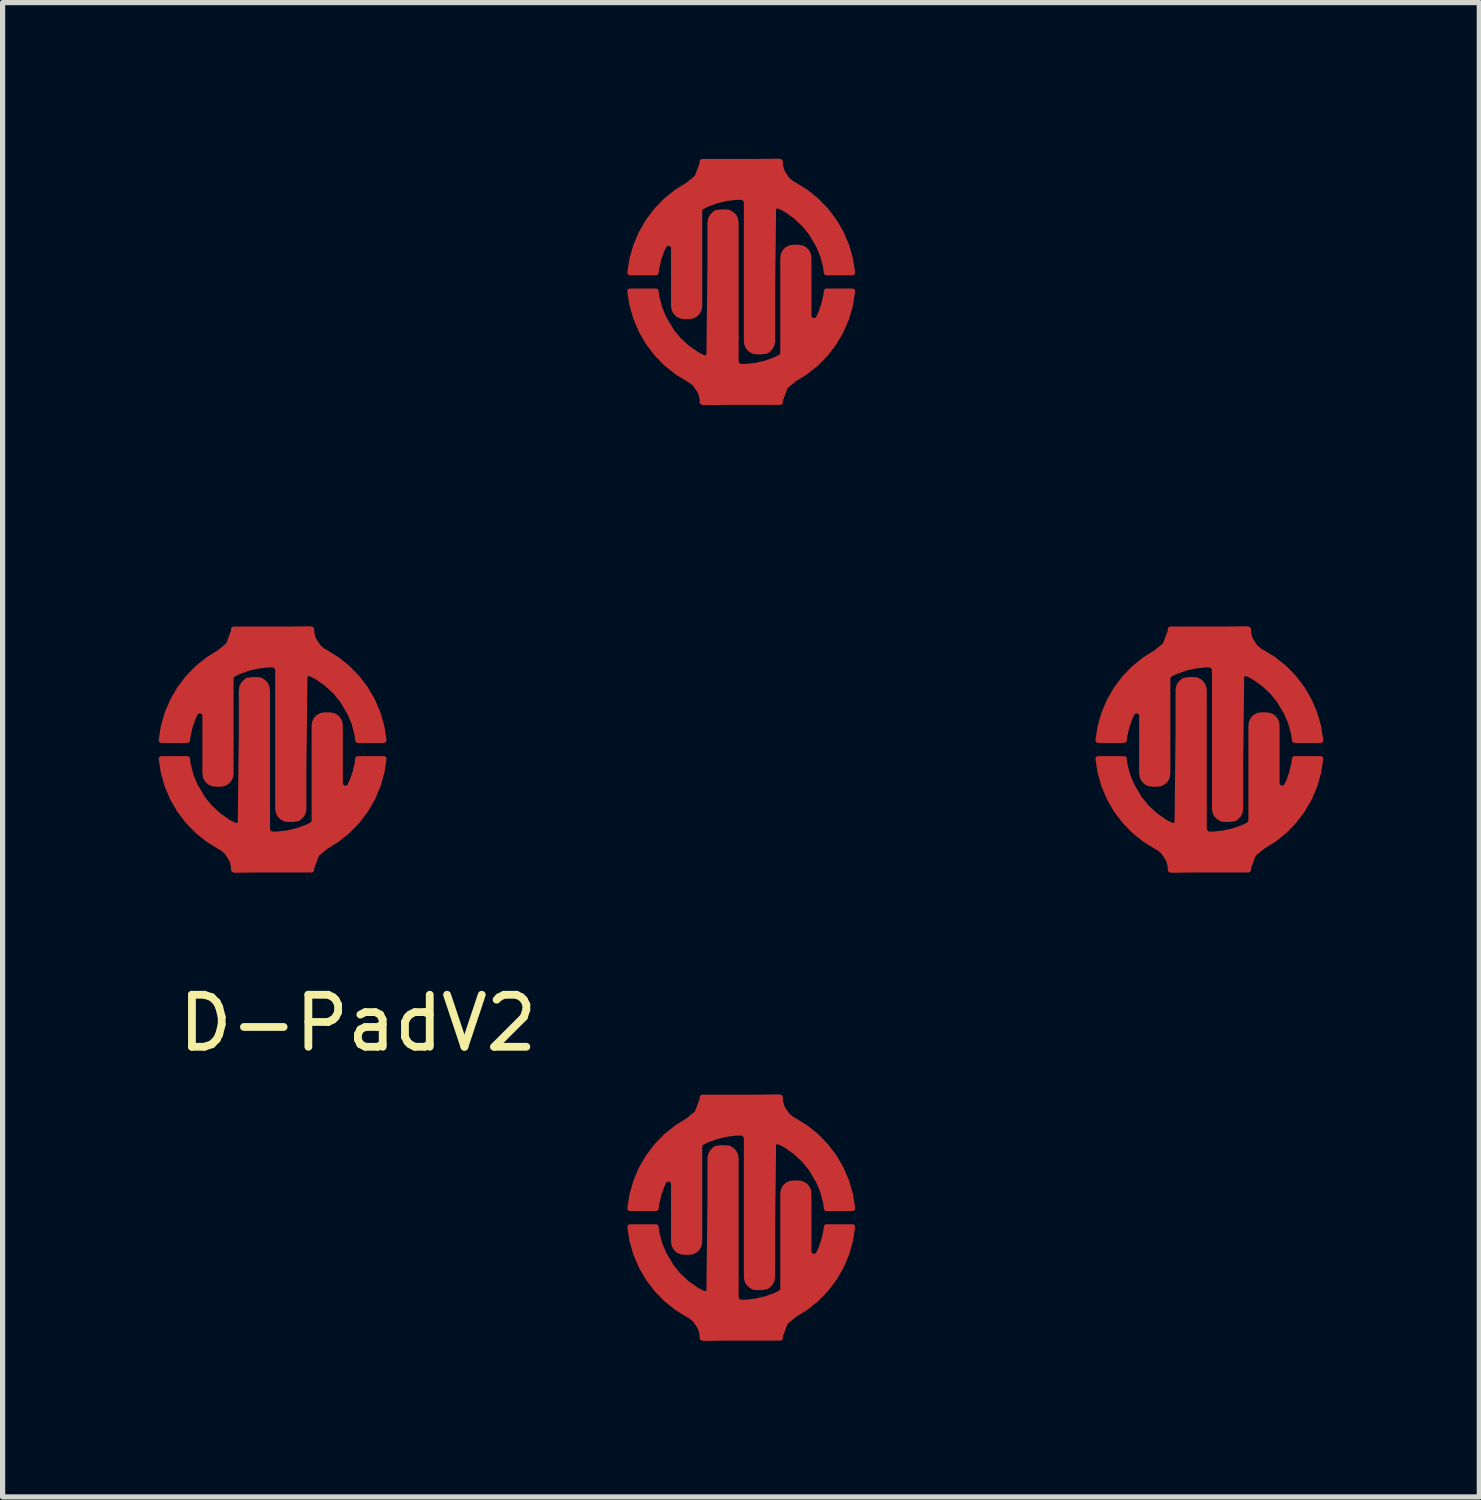
<source format=kicad_pcb>
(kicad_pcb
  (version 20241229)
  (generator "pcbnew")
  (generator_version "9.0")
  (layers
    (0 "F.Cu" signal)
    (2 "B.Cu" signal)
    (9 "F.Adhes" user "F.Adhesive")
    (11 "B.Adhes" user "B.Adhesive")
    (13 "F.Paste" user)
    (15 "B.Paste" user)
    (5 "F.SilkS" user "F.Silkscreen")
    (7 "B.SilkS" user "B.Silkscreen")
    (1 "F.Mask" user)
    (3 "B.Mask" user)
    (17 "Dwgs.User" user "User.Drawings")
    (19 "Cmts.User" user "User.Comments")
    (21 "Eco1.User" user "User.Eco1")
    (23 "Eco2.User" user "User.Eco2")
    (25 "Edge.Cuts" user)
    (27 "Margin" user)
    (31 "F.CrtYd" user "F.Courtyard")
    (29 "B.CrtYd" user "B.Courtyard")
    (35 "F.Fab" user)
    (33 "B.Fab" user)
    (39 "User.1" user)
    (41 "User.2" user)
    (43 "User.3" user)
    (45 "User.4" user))
  (footprint "D-PadV2"
    (layer "F.Cu")
    (at 11.201 11.34)
    (property "Reference" "D-PadV2" (at -7.37 5.28 0) (layer "F.SilkS") (effects (font (size 1 1) (thickness 0.15))))
    (attr through_hole)
    (pad "1" smd custom (at 0.1 -11.08 90) (size 0.5 0.5) (layers "F.Cu" "F.Mask" "F.Paste") (options (anchor circle)) (primitives (gr_poly (pts (xy -1.92 -2.22) (xy -1.21 -2.02) (xy -0.73 -1.72) (xy -0.47 -1.43) (xy -0.28 -1.17) (xy -0.1 -0.95) (xy 0.19 -0.84) (xy 0.21 0.63) (xy 0.03 0.67) (xy -0.21 0.83) (xy -0.51 1.28) (xy -0.97 1.69) (xy -1.48 1.93) (xy -1.89 2.01) (xy -1.92 1.92) (xy -1.92 1.55) (xy -1.52 1.45) (xy -1.03 1.16) (xy -0.67 0.73) (xy -0.62 0.6) (xy -0.68 0.52) (xy -3.29 0.49) (xy -3.44 0.39) (xy -3.45 0.14) (xy -3.33 0.02) (xy -0.58 0.02) (xy -0.47 -0.07) (xy -0.48 -0.4) (xy -0.63 -0.85) (xy -0.71 -0.92) (xy -2.61 -0.93) (xy -2.73 -1) (xy -2.76 -1.21) (xy -2.72 -1.32) (xy -2.64 -1.37) (xy -1.45 -1.37) (xy -1.34 -1.46) (xy -1.36 -1.58) (xy -1.67 -1.72) (xy -1.89 -1.75) (xy -1.93 -2.1)) (width 0.1) (fill yes)) (gr_line (start -1.933 1.538) (end -1.933 2.041) (width 0.1)) (gr_arc (start -0.482931 -0.099999) (mid -0.51222 -0.029288) (end -0.582931 0.000001) (width 0.1)) (gr_arc (start -1.424831 -1.590334) (mid -1.370171 -1.478015) (end -1.467725 -1.399999) (width 0.1)) (gr_arc (start -2.775193 -1.200001) (mid -2.716614 -1.341421) (end -2.575193 -1.399999) (width 0.1)) (gr_arc (start -3.452969 0.199999) (mid -3.39439 0.058579) (end -3.252969 0.000001) (width 0.1)) (gr_line (start -3.453 0.2) (end -3.453 0.3) (width 0.1)) (gr_arc (start 0.204123 -0.85) (mid -0.053078 -0.920991) (end -0.237147 -1.11415) (width 0.1)) (gr_arc (start -0.660164 -0.843946) (mid -0.527851 -0.482383) (end -0.482931 -0.099999) (width 0.1)) (gr_line (start -2.775 -1.2) (end -2.775 -1.1) (width 0.1)) (gr_line (start -2.575 -0.9) (end -0.75 -0.9) (width 0.1)) (gr_arc (start -1.934287 -1.737998) (mid -1.673574 -1.684768) (end -1.424808 -1.590322) (width 0.1)) (gr_line (start -3.253 0.5) (end -0.75 0.5) (width 0.1)) (gr_arc (start -0.23733 0.914495) (mid -0.053412 0.721193) (end 0.203733 0.650001) (width 0.1)) (gr_arc (start -0.749917 0.499999) (mid -0.664783 0.547671) (end -0.660778 0.645162) (width 0.1)) (gr_arc (start -3.25297 0.5) (mid -3.394391 0.441422) (end -3.452969 0.300001) (width 0.1)) (gr_arc (start -0.237461 0.914739) (mid -0.943527 1.691038) (end -1.932931 2.040678) (width 0.1)) (gr_arc (start -1.932267 -2.240614) (mid -0.942972 -1.890667) (end -0.237147 -1.11415) (width 0.1)) (gr_line (start -1.933 -1.738) (end -1.933 -2.241) (width 0.1)) (gr_arc (start -0.750081 -0.9) (mid -0.69767 -0.885215) (end -0.660778 -0.84516) (width 0.1)) (gr_line (start -0.583 0.000001) (end -3.253 0.000001) (width 0.1)) (gr_line (start -1.468 -1.4) (end -2.575 -1.4) (width 0.1)) (gr_arc (start -2.575194 -0.9) (mid -2.716615 -0.958578) (end -2.775193 -1.099999) (width 0.1)) (gr_line (start 0.204 -0.85) (end 0.204 0.65) (width 0.1)) (gr_arc (start -0.660657 0.644923) (mid -1.185066 1.250576) (end -1.932931 1.537835) (width 0.1))))
    (pad "2" smd custom (at 9.1 -2.09 90) (size 0.5 0.5) (layers "F.Cu" "F.Mask" "F.Paste") (options (anchor circle)) (primitives (gr_poly (pts (xy -1.92 -2.22) (xy -1.21 -2.02) (xy -0.73 -1.72) (xy -0.47 -1.43) (xy -0.28 -1.17) (xy -0.1 -0.95) (xy 0.19 -0.84) (xy 0.21 0.63) (xy 0.03 0.67) (xy -0.21 0.83) (xy -0.51 1.28) (xy -0.97 1.69) (xy -1.48 1.93) (xy -1.89 2.01) (xy -1.92 1.92) (xy -1.92 1.55) (xy -1.52 1.45) (xy -1.03 1.16) (xy -0.67 0.73) (xy -0.62 0.6) (xy -0.68 0.52) (xy -3.29 0.49) (xy -3.44 0.39) (xy -3.45 0.14) (xy -3.33 0.02) (xy -0.58 0.02) (xy -0.47 -0.07) (xy -0.48 -0.4) (xy -0.63 -0.85) (xy -0.71 -0.92) (xy -2.61 -0.93) (xy -2.73 -1) (xy -2.76 -1.21) (xy -2.72 -1.32) (xy -2.64 -1.37) (xy -1.45 -1.37) (xy -1.34 -1.46) (xy -1.36 -1.58) (xy -1.67 -1.72) (xy -1.89 -1.75) (xy -1.93 -2.1)) (width 0.1) (fill yes)) (gr_line (start -1.933 1.538) (end -1.933 2.041) (width 0.1)) (gr_arc (start -0.482931 -0.099999) (mid -0.51222 -0.029288) (end -0.582931 0.000001) (width 0.1)) (gr_arc (start -1.424831 -1.590334) (mid -1.370171 -1.478015) (end -1.467725 -1.399999) (width 0.1)) (gr_arc (start -2.775193 -1.200001) (mid -2.716614 -1.341421) (end -2.575193 -1.399999) (width 0.1)) (gr_arc (start -3.452969 0.199999) (mid -3.39439 0.058579) (end -3.252969 0.000001) (width 0.1)) (gr_line (start -3.453 0.2) (end -3.453 0.3) (width 0.1)) (gr_arc (start 0.204123 -0.85) (mid -0.053078 -0.920991) (end -0.237147 -1.11415) (width 0.1)) (gr_arc (start -0.660164 -0.843946) (mid -0.527851 -0.482383) (end -0.482931 -0.099999) (width 0.1)) (gr_line (start -2.775 -1.2) (end -2.775 -1.1) (width 0.1)) (gr_line (start -2.575 -0.9) (end -0.75 -0.9) (width 0.1)) (gr_arc (start -1.934287 -1.737998) (mid -1.673574 -1.684768) (end -1.424808 -1.590322) (width 0.1)) (gr_line (start -3.253 0.5) (end -0.75 0.5) (width 0.1)) (gr_arc (start -0.23733 0.914495) (mid -0.053412 0.721193) (end 0.203733 0.650001) (width 0.1)) (gr_arc (start -0.749917 0.499999) (mid -0.664783 0.547671) (end -0.660778 0.645162) (width 0.1)) (gr_arc (start -3.25297 0.5) (mid -3.394391 0.441422) (end -3.452969 0.300001) (width 0.1)) (gr_arc (start -0.237461 0.914739) (mid -0.943527 1.691038) (end -1.932931 2.040678) (width 0.1)) (gr_arc (start -1.932267 -2.240614) (mid -0.942972 -1.890667) (end -0.237147 -1.11415) (width 0.1)) (gr_line (start -1.933 -1.738) (end -1.933 -2.241) (width 0.1)) (gr_arc (start -0.750081 -0.9) (mid -0.69767 -0.885215) (end -0.660778 -0.84516) (width 0.1)) (gr_line (start -0.583 0.000001) (end -3.253 0.000001) (width 0.1)) (gr_line (start -1.468 -1.4) (end -2.575 -1.4) (width 0.1)) (gr_arc (start -2.575194 -0.9) (mid -2.716615 -0.958578) (end -2.775193 -1.099999) (width 0.1)) (gr_line (start 0.204 -0.85) (end 0.204 0.65) (width 0.1)) (gr_arc (start -0.660657 0.644923) (mid -1.185066 1.250576) (end -1.932931 1.537835) (width 0.1))))
    (pad "3" smd custom (at 0.1 6.91 90) (size 0.5 0.5) (layers "F.Cu" "F.Mask" "F.Paste") (options (anchor circle)) (primitives (gr_poly (pts (xy -1.92 -2.22) (xy -1.21 -2.02) (xy -0.73 -1.72) (xy -0.47 -1.43) (xy -0.28 -1.17) (xy -0.1 -0.95) (xy 0.19 -0.84) (xy 0.21 0.63) (xy 0.03 0.67) (xy -0.21 0.83) (xy -0.51 1.28) (xy -0.97 1.69) (xy -1.48 1.93) (xy -1.89 2.01) (xy -1.92 1.92) (xy -1.92 1.55) (xy -1.52 1.45) (xy -1.03 1.16) (xy -0.67 0.73) (xy -0.62 0.6) (xy -0.68 0.52) (xy -3.29 0.49) (xy -3.44 0.39) (xy -3.45 0.14) (xy -3.33 0.02) (xy -0.58 0.02) (xy -0.47 -0.07) (xy -0.48 -0.4) (xy -0.63 -0.85) (xy -0.71 -0.92) (xy -2.61 -0.93) (xy -2.73 -1) (xy -2.76 -1.21) (xy -2.72 -1.32) (xy -2.64 -1.37) (xy -1.45 -1.37) (xy -1.34 -1.46) (xy -1.36 -1.58) (xy -1.67 -1.72) (xy -1.89 -1.75) (xy -1.93 -2.1)) (width 0.1) (fill yes)) (gr_line (start -1.933 1.538) (end -1.933 2.041) (width 0.1)) (gr_arc (start -0.482931 -0.099999) (mid -0.51222 -0.029288) (end -0.582931 0.000001) (width 0.1)) (gr_arc (start -1.424831 -1.590334) (mid -1.370171 -1.478015) (end -1.467725 -1.399999) (width 0.1)) (gr_arc (start -2.775193 -1.200001) (mid -2.716614 -1.341421) (end -2.575193 -1.399999) (width 0.1)) (gr_arc (start -3.452969 0.199999) (mid -3.39439 0.058579) (end -3.252969 0.000001) (width 0.1)) (gr_line (start -3.453 0.2) (end -3.453 0.3) (width 0.1)) (gr_arc (start 0.204123 -0.85) (mid -0.053078 -0.920991) (end -0.237147 -1.11415) (width 0.1)) (gr_arc (start -0.660164 -0.843946) (mid -0.527851 -0.482383) (end -0.482931 -0.099999) (width 0.1)) (gr_line (start -2.775 -1.2) (end -2.775 -1.1) (width 0.1)) (gr_line (start -2.575 -0.9) (end -0.75 -0.9) (width 0.1)) (gr_arc (start -1.934287 -1.737998) (mid -1.673574 -1.684768) (end -1.424808 -1.590322) (width 0.1)) (gr_line (start -3.253 0.5) (end -0.75 0.5) (width 0.1)) (gr_arc (start -0.23733 0.914495) (mid -0.053412 0.721193) (end 0.203733 0.650001) (width 0.1)) (gr_arc (start -0.749917 0.499999) (mid -0.664783 0.547671) (end -0.660778 0.645162) (width 0.1)) (gr_arc (start -3.25297 0.5) (mid -3.394391 0.441422) (end -3.452969 0.300001) (width 0.1)) (gr_arc (start -0.237461 0.914739) (mid -0.943527 1.691038) (end -1.932931 2.040678) (width 0.1)) (gr_arc (start -1.932267 -2.240614) (mid -0.942972 -1.890667) (end -0.237147 -1.11415) (width 0.1)) (gr_line (start -1.933 -1.738) (end -1.933 -2.241) (width 0.1)) (gr_arc (start -0.750081 -0.9) (mid -0.69767 -0.885215) (end -0.660778 -0.84516) (width 0.1)) (gr_line (start -0.583 0.000001) (end -3.253 0.000001) (width 0.1)) (gr_line (start -1.468 -1.4) (end -2.575 -1.4) (width 0.1)) (gr_arc (start -2.575194 -0.9) (mid -2.716615 -0.958578) (end -2.775193 -1.099999) (width 0.1)) (gr_line (start 0.204 -0.85) (end 0.204 0.65) (width 0.1)) (gr_arc (start -0.660657 0.644923) (mid -1.185066 1.250576) (end -1.932931 1.537835) (width 0.1))))
    (pad "4" smd custom (at -8.91 -2.09 90) (size 0.5 0.5) (layers "F.Cu" "F.Mask" "F.Paste") (options (anchor circle)) (primitives (gr_poly (pts (xy -1.92 -2.22) (xy -1.21 -2.02) (xy -0.73 -1.72) (xy -0.47 -1.43) (xy -0.28 -1.17) (xy -0.1 -0.95) (xy 0.19 -0.84) (xy 0.21 0.63) (xy 0.03 0.67) (xy -0.21 0.83) (xy -0.51 1.28) (xy -0.97 1.69) (xy -1.48 1.93) (xy -1.89 2.01) (xy -1.92 1.92) (xy -1.92 1.55) (xy -1.52 1.45) (xy -1.03 1.16) (xy -0.67 0.73) (xy -0.62 0.6) (xy -0.68 0.52) (xy -3.29 0.49) (xy -3.44 0.39) (xy -3.45 0.14) (xy -3.33 0.02) (xy -0.58 0.02) (xy -0.47 -0.07) (xy -0.48 -0.4) (xy -0.63 -0.85) (xy -0.71 -0.92) (xy -2.61 -0.93) (xy -2.73 -1) (xy -2.76 -1.21) (xy -2.72 -1.32) (xy -2.64 -1.37) (xy -1.45 -1.37) (xy -1.34 -1.46) (xy -1.36 -1.58) (xy -1.67 -1.72) (xy -1.89 -1.75) (xy -1.93 -2.1)) (width 0.1) (fill yes)) (gr_line (start -1.933 1.538) (end -1.933 2.041) (width 0.1)) (gr_arc (start -0.482931 -0.099999) (mid -0.51222 -0.029288) (end -0.582931 0.000001) (width 0.1)) (gr_arc (start -1.424831 -1.590334) (mid -1.370171 -1.478015) (end -1.467725 -1.399999) (width 0.1)) (gr_arc (start -2.775193 -1.200001) (mid -2.716614 -1.341421) (end -2.575193 -1.399999) (width 0.1)) (gr_arc (start -3.452969 0.199999) (mid -3.39439 0.058579) (end -3.252969 0.000001) (width 0.1)) (gr_line (start -3.453 0.2) (end -3.453 0.3) (width 0.1)) (gr_arc (start 0.204123 -0.85) (mid -0.053078 -0.920991) (end -0.237147 -1.11415) (width 0.1)) (gr_arc (start -0.660164 -0.843946) (mid -0.527851 -0.482383) (end -0.482931 -0.099999) (width 0.1)) (gr_line (start -2.775 -1.2) (end -2.775 -1.1) (width 0.1)) (gr_line (start -2.575 -0.9) (end -0.75 -0.9) (width 0.1)) (gr_arc (start -1.934287 -1.737998) (mid -1.673574 -1.684768) (end -1.424808 -1.590322) (width 0.1)) (gr_line (start -3.253 0.5) (end -0.75 0.5) (width 0.1)) (gr_arc (start -0.23733 0.914495) (mid -0.053412 0.721193) (end 0.203733 0.650001) (width 0.1)) (gr_arc (start -0.749917 0.499999) (mid -0.664783 0.547671) (end -0.660778 0.645162) (width 0.1)) (gr_arc (start -3.25297 0.5) (mid -3.394391 0.441422) (end -3.452969 0.300001) (width 0.1)) (gr_arc (start -0.237461 0.914739) (mid -0.943527 1.691038) (end -1.932931 2.040678) (width 0.1)) (gr_arc (start -1.932267 -2.240614) (mid -0.942972 -1.890667) (end -0.237147 -1.11415) (width 0.1)) (gr_line (start -1.933 -1.738) (end -1.933 -2.241) (width 0.1)) (gr_arc (start -0.750081 -0.9) (mid -0.69767 -0.885215) (end -0.660778 -0.84516) (width 0.1)) (gr_line (start -0.583 0.000001) (end -3.253 0.000001) (width 0.1)) (gr_line (start -1.468 -1.4) (end -2.575 -1.4) (width 0.1)) (gr_arc (start -2.575194 -0.9) (mid -2.716615 -0.958578) (end -2.775193 -1.099999) (width 0.1)) (gr_line (start 0.204 -0.85) (end 0.204 0.65) (width 0.1)) (gr_arc (start -0.660657 0.644923) (mid -1.185066 1.250576) (end -1.932931 1.537835) (width 0.1))))
    (pad "5" smd custom (at -9.11 2.13 270) (size 0.5 0.5) (layers "F.Cu" "F.Mask" "F.Paste") (options (anchor circle)) (primitives (gr_poly (pts (xy -1.92 -2.22) (xy -1.21 -2.02) (xy -0.73 -1.72) (xy -0.47 -1.43) (xy -0.28 -1.17) (xy -0.1 -0.95) (xy 0.19 -0.84) (xy 0.21 0.63) (xy 0.03 0.67) (xy -0.21 0.83) (xy -0.51 1.28) (xy -0.97 1.69) (xy -1.48 1.93) (xy -1.89 2.01) (xy -1.92 1.92) (xy -1.92 1.55) (xy -1.52 1.45) (xy -1.03 1.16) (xy -0.67 0.73) (xy -0.62 0.6) (xy -0.68 0.52) (xy -3.29 0.49) (xy -3.44 0.39) (xy -3.45 0.14) (xy -3.33 0.02) (xy -0.58 0.02) (xy -0.47 -0.07) (xy -0.48 -0.4) (xy -0.63 -0.85) (xy -0.71 -0.92) (xy -2.61 -0.93) (xy -2.73 -1) (xy -2.76 -1.21) (xy -2.72 -1.32) (xy -2.64 -1.37) (xy -1.45 -1.37) (xy -1.34 -1.46) (xy -1.36 -1.58) (xy -1.67 -1.72) (xy -1.89 -1.75) (xy -1.93 -2.1)) (width 0.1) (fill yes)) (gr_line (start -1.933 1.538) (end -1.933 2.041) (width 0.1)) (gr_arc (start -0.482931 -0.099999) (mid -0.51222 -0.029288) (end -0.582931 0.000001) (width 0.1)) (gr_arc (start -1.424831 -1.590334) (mid -1.370171 -1.478015) (end -1.467725 -1.399999) (width 0.1)) (gr_arc (start -2.775193 -1.200001) (mid -2.716614 -1.341421) (end -2.575193 -1.399999) (width 0.1)) (gr_arc (start -3.452969 0.199999) (mid -3.39439 0.058579) (end -3.252969 0.000001) (width 0.1)) (gr_line (start -3.453 0.2) (end -3.453 0.3) (width 0.1)) (gr_arc (start 0.204123 -0.85) (mid -0.053078 -0.920991) (end -0.237147 -1.11415) (width 0.1)) (gr_arc (start -0.660164 -0.843946) (mid -0.527851 -0.482383) (end -0.482931 -0.099999) (width 0.1)) (gr_line (start -2.775 -1.2) (end -2.775 -1.1) (width 0.1)) (gr_line (start -2.575 -0.9) (end -0.75 -0.9) (width 0.1)) (gr_arc (start -1.934287 -1.737998) (mid -1.673574 -1.684768) (end -1.424808 -1.590322) (width 0.1)) (gr_line (start -3.253 0.5) (end -0.75 0.5) (width 0.1)) (gr_arc (start -0.23733 0.914495) (mid -0.053412 0.721193) (end 0.203733 0.650001) (width 0.1)) (gr_arc (start -0.749917 0.499999) (mid -0.664783 0.547671) (end -0.660778 0.645162) (width 0.1)) (gr_arc (start -3.25297 0.5) (mid -3.394391 0.441422) (end -3.452969 0.300001) (width 0.1)) (gr_arc (start -0.237461 0.914739) (mid -0.943527 1.691038) (end -1.932931 2.040678) (width 0.1)) (gr_arc (start -1.932267 -2.240614) (mid -0.942972 -1.890667) (end -0.237147 -1.11415) (width 0.1)) (gr_line (start -1.933 -1.738) (end -1.933 -2.241) (width 0.1)) (gr_arc (start -0.750081 -0.9) (mid -0.69767 -0.885215) (end -0.660778 -0.84516) (width 0.1)) (gr_line (start -0.583 0.000001) (end -3.253 0.000001) (width 0.1)) (gr_line (start -1.468 -1.4) (end -2.575 -1.4) (width 0.1)) (gr_arc (start -2.575194 -0.9) (mid -2.716615 -0.958578) (end -2.775193 -1.099999) (width 0.1)) (gr_line (start 0.204 -0.85) (end 0.204 0.65) (width 0.1)) (gr_arc (start -0.660657 0.644923) (mid -1.185066 1.250576) (end -1.932931 1.537835) (width 0.1))))
    (pad "5" smd custom (at -0.1 -6.86 270) (size 0.5 0.5) (layers "F.Cu" "F.Mask" "F.Paste") (options (anchor circle)) (primitives (gr_poly (pts (xy -1.92 -2.22) (xy -1.21 -2.02) (xy -0.73 -1.72) (xy -0.47 -1.43) (xy -0.28 -1.17) (xy -0.1 -0.95) (xy 0.19 -0.84) (xy 0.21 0.63) (xy 0.03 0.67) (xy -0.21 0.83) (xy -0.51 1.28) (xy -0.97 1.69) (xy -1.48 1.93) (xy -1.89 2.01) (xy -1.92 1.92) (xy -1.92 1.55) (xy -1.52 1.45) (xy -1.03 1.16) (xy -0.67 0.73) (xy -0.62 0.6) (xy -0.68 0.52) (xy -3.29 0.49) (xy -3.44 0.39) (xy -3.45 0.14) (xy -3.33 0.02) (xy -0.58 0.02) (xy -0.47 -0.07) (xy -0.48 -0.4) (xy -0.63 -0.85) (xy -0.71 -0.92) (xy -2.61 -0.93) (xy -2.73 -1) (xy -2.76 -1.21) (xy -2.72 -1.32) (xy -2.64 -1.37) (xy -1.45 -1.37) (xy -1.34 -1.46) (xy -1.36 -1.58) (xy -1.67 -1.72) (xy -1.89 -1.75) (xy -1.93 -2.1)) (width 0.1) (fill yes)) (gr_line (start -1.933 1.538) (end -1.933 2.041) (width 0.1)) (gr_arc (start -0.482931 -0.099999) (mid -0.51222 -0.029288) (end -0.582931 0.000001) (width 0.1)) (gr_arc (start -1.424831 -1.590334) (mid -1.370171 -1.478015) (end -1.467725 -1.399999) (width 0.1)) (gr_arc (start -2.775193 -1.200001) (mid -2.716614 -1.341421) (end -2.575193 -1.399999) (width 0.1)) (gr_arc (start -3.452969 0.199999) (mid -3.39439 0.058579) (end -3.252969 0.000001) (width 0.1)) (gr_line (start -3.453 0.2) (end -3.453 0.3) (width 0.1)) (gr_arc (start 0.204123 -0.85) (mid -0.053078 -0.920991) (end -0.237147 -1.11415) (width 0.1)) (gr_arc (start -0.660164 -0.843946) (mid -0.527851 -0.482383) (end -0.482931 -0.099999) (width 0.1)) (gr_line (start -2.775 -1.2) (end -2.775 -1.1) (width 0.1)) (gr_line (start -2.575 -0.9) (end -0.75 -0.9) (width 0.1)) (gr_arc (start -1.934287 -1.737998) (mid -1.673574 -1.684768) (end -1.424808 -1.590322) (width 0.1)) (gr_line (start -3.253 0.5) (end -0.75 0.5) (width 0.1)) (gr_arc (start -0.23733 0.914495) (mid -0.053412 0.721193) (end 0.203733 0.650001) (width 0.1)) (gr_arc (start -0.749917 0.499999) (mid -0.664783 0.547671) (end -0.660778 0.645162) (width 0.1)) (gr_arc (start -3.25297 0.5) (mid -3.394391 0.441422) (end -3.452969 0.300001) (width 0.1)) (gr_arc (start -0.237461 0.914739) (mid -0.943527 1.691038) (end -1.932931 2.040678) (width 0.1)) (gr_arc (start -1.932267 -2.240614) (mid -0.942972 -1.890667) (end -0.237147 -1.11415) (width 0.1)) (gr_line (start -1.933 -1.738) (end -1.933 -2.241) (width 0.1)) (gr_arc (start -0.750081 -0.9) (mid -0.69767 -0.885215) (end -0.660778 -0.84516) (width 0.1)) (gr_line (start -0.583 0.000001) (end -3.253 0.000001) (width 0.1)) (gr_line (start -1.468 -1.4) (end -2.575 -1.4) (width 0.1)) (gr_arc (start -2.575194 -0.9) (mid -2.716615 -0.958578) (end -2.775193 -1.099999) (width 0.1)) (gr_line (start 0.204 -0.85) (end 0.204 0.65) (width 0.1)) (gr_arc (start -0.660657 0.644923) (mid -1.185066 1.250576) (end -1.932931 1.537835) (width 0.1))))
    (pad "5" smd custom (at -0.1 11.13 270) (size 0.5 0.5) (layers "F.Cu" "F.Mask" "F.Paste") (options (anchor circle)) (primitives (gr_poly (pts (xy -1.92 -2.22) (xy -1.21 -2.02) (xy -0.73 -1.72) (xy -0.47 -1.43) (xy -0.28 -1.17) (xy -0.1 -0.95) (xy 0.19 -0.84) (xy 0.21 0.63) (xy 0.03 0.67) (xy -0.21 0.83) (xy -0.51 1.28) (xy -0.97 1.69) (xy -1.48 1.93) (xy -1.89 2.01) (xy -1.92 1.92) (xy -1.92 1.55) (xy -1.52 1.45) (xy -1.03 1.16) (xy -0.67 0.73) (xy -0.62 0.6) (xy -0.68 0.52) (xy -3.29 0.49) (xy -3.44 0.39) (xy -3.45 0.14) (xy -3.33 0.02) (xy -0.58 0.02) (xy -0.47 -0.07) (xy -0.48 -0.4) (xy -0.63 -0.85) (xy -0.71 -0.92) (xy -2.61 -0.93) (xy -2.73 -1) (xy -2.76 -1.21) (xy -2.72 -1.32) (xy -2.64 -1.37) (xy -1.45 -1.37) (xy -1.34 -1.46) (xy -1.36 -1.58) (xy -1.67 -1.72) (xy -1.89 -1.75) (xy -1.93 -2.1)) (width 0.1) (fill yes)) (gr_line (start -1.933 1.538) (end -1.933 2.041) (width 0.1)) (gr_arc (start -0.482931 -0.099999) (mid -0.51222 -0.029288) (end -0.582931 0.000001) (width 0.1)) (gr_arc (start -1.424831 -1.590334) (mid -1.370171 -1.478015) (end -1.467725 -1.399999) (width 0.1)) (gr_arc (start -2.775193 -1.200001) (mid -2.716614 -1.341421) (end -2.575193 -1.399999) (width 0.1)) (gr_arc (start -3.452969 0.199999) (mid -3.39439 0.058579) (end -3.252969 0.000001) (width 0.1)) (gr_line (start -3.453 0.2) (end -3.453 0.3) (width 0.1)) (gr_arc (start 0.204123 -0.85) (mid -0.053078 -0.920991) (end -0.237147 -1.11415) (width 0.1)) (gr_arc (start -0.660164 -0.843946) (mid -0.527851 -0.482383) (end -0.482931 -0.099999) (width 0.1)) (gr_line (start -2.775 -1.2) (end -2.775 -1.1) (width 0.1)) (gr_line (start -2.575 -0.9) (end -0.75 -0.9) (width 0.1)) (gr_arc (start -1.934287 -1.737998) (mid -1.673574 -1.684768) (end -1.424808 -1.590322) (width 0.1)) (gr_line (start -3.253 0.5) (end -0.75 0.5) (width 0.1)) (gr_arc (start -0.23733 0.914495) (mid -0.053412 0.721193) (end 0.203733 0.650001) (width 0.1)) (gr_arc (start -0.749917 0.499999) (mid -0.664783 0.547671) (end -0.660778 0.645162) (width 0.1)) (gr_arc (start -3.25297 0.5) (mid -3.394391 0.441422) (end -3.452969 0.300001) (width 0.1)) (gr_arc (start -0.237461 0.914739) (mid -0.943527 1.691038) (end -1.932931 2.040678) (width 0.1)) (gr_arc (start -1.932267 -2.240614) (mid -0.942972 -1.890667) (end -0.237147 -1.11415) (width 0.1)) (gr_line (start -1.933 -1.738) (end -1.933 -2.241) (width 0.1)) (gr_arc (start -0.750081 -0.9) (mid -0.69767 -0.885215) (end -0.660778 -0.84516) (width 0.1)) (gr_line (start -0.583 0.000001) (end -3.253 0.000001) (width 0.1)) (gr_line (start -1.468 -1.4) (end -2.575 -1.4) (width 0.1)) (gr_arc (start -2.575194 -0.9) (mid -2.716615 -0.958578) (end -2.775193 -1.099999) (width 0.1)) (gr_line (start 0.204 -0.85) (end 0.204 0.65) (width 0.1)) (gr_arc (start -0.660657 0.644923) (mid -1.185066 1.250576) (end -1.932931 1.537835) (width 0.1))))
    (pad "5" smd custom (at 8.9 2.13 270) (size 0.5 0.5) (layers "F.Cu" "F.Mask" "F.Paste") (options (anchor circle)) (primitives (gr_poly (pts (xy -1.92 -2.22) (xy -1.21 -2.02) (xy -0.73 -1.72) (xy -0.47 -1.43) (xy -0.28 -1.17) (xy -0.1 -0.95) (xy 0.19 -0.84) (xy 0.21 0.63) (xy 0.03 0.67) (xy -0.21 0.83) (xy -0.51 1.28) (xy -0.97 1.69) (xy -1.48 1.93) (xy -1.89 2.01) (xy -1.92 1.92) (xy -1.92 1.55) (xy -1.52 1.45) (xy -1.03 1.16) (xy -0.67 0.73) (xy -0.62 0.6) (xy -0.68 0.52) (xy -3.29 0.49) (xy -3.44 0.39) (xy -3.45 0.14) (xy -3.33 0.02) (xy -0.58 0.02) (xy -0.47 -0.07) (xy -0.48 -0.4) (xy -0.63 -0.85) (xy -0.71 -0.92) (xy -2.61 -0.93) (xy -2.73 -1) (xy -2.76 -1.21) (xy -2.72 -1.32) (xy -2.64 -1.37) (xy -1.45 -1.37) (xy -1.34 -1.46) (xy -1.36 -1.58) (xy -1.67 -1.72) (xy -1.89 -1.75) (xy -1.93 -2.1)) (width 0.1) (fill yes)) (gr_line (start -1.933 1.538) (end -1.933 2.041) (width 0.1)) (gr_arc (start -0.482931 -0.099999) (mid -0.51222 -0.029288) (end -0.582931 0.000001) (width 0.1)) (gr_arc (start -1.424831 -1.590334) (mid -1.370171 -1.478015) (end -1.467725 -1.399999) (width 0.1)) (gr_arc (start -2.775193 -1.200001) (mid -2.716614 -1.341421) (end -2.575193 -1.399999) (width 0.1)) (gr_arc (start -3.452969 0.199999) (mid -3.39439 0.058579) (end -3.252969 0.000001) (width 0.1)) (gr_line (start -3.453 0.2) (end -3.453 0.3) (width 0.1)) (gr_arc (start 0.204123 -0.85) (mid -0.053078 -0.920991) (end -0.237147 -1.11415) (width 0.1)) (gr_arc (start -0.660164 -0.843946) (mid -0.527851 -0.482383) (end -0.482931 -0.099999) (width 0.1)) (gr_line (start -2.775 -1.2) (end -2.775 -1.1) (width 0.1)) (gr_line (start -2.575 -0.9) (end -0.75 -0.9) (width 0.1)) (gr_arc (start -1.934287 -1.737998) (mid -1.673574 -1.684768) (end -1.424808 -1.590322) (width 0.1)) (gr_line (start -3.253 0.5) (end -0.75 0.5) (width 0.1)) (gr_arc (start -0.23733 0.914495) (mid -0.053412 0.721193) (end 0.203733 0.650001) (width 0.1)) (gr_arc (start -0.749917 0.499999) (mid -0.664783 0.547671) (end -0.660778 0.645162) (width 0.1)) (gr_arc (start -3.25297 0.5) (mid -3.394391 0.441422) (end -3.452969 0.300001) (width 0.1)) (gr_arc (start -0.237461 0.914739) (mid -0.943527 1.691038) (end -1.932931 2.040678) (width 0.1)) (gr_arc (start -1.932267 -2.240614) (mid -0.942972 -1.890667) (end -0.237147 -1.11415) (width 0.1)) (gr_line (start -1.933 -1.738) (end -1.933 -2.241) (width 0.1)) (gr_arc (start -0.750081 -0.9) (mid -0.69767 -0.885215) (end -0.660778 -0.84516) (width 0.1)) (gr_line (start -0.583 0.000001) (end -3.253 0.000001) (width 0.1)) (gr_line (start -1.468 -1.4) (end -2.575 -1.4) (width 0.1)) (gr_arc (start -2.575194 -0.9) (mid -2.716615 -0.958578) (end -2.775193 -1.099999) (width 0.1)) (gr_line (start 0.204 -0.85) (end 0.204 0.65) (width 0.1)) (gr_arc (start -0.660657 0.644923) (mid -1.185066 1.250576) (end -1.932931 1.537835) (width 0.1)))))
  (gr_rect
    (start -3 -3)
    (end 25.391 25.73)
    (stroke (width 0.1) (type default))
    (fill no)
    (layer "Edge.Cuts")))
</source>
